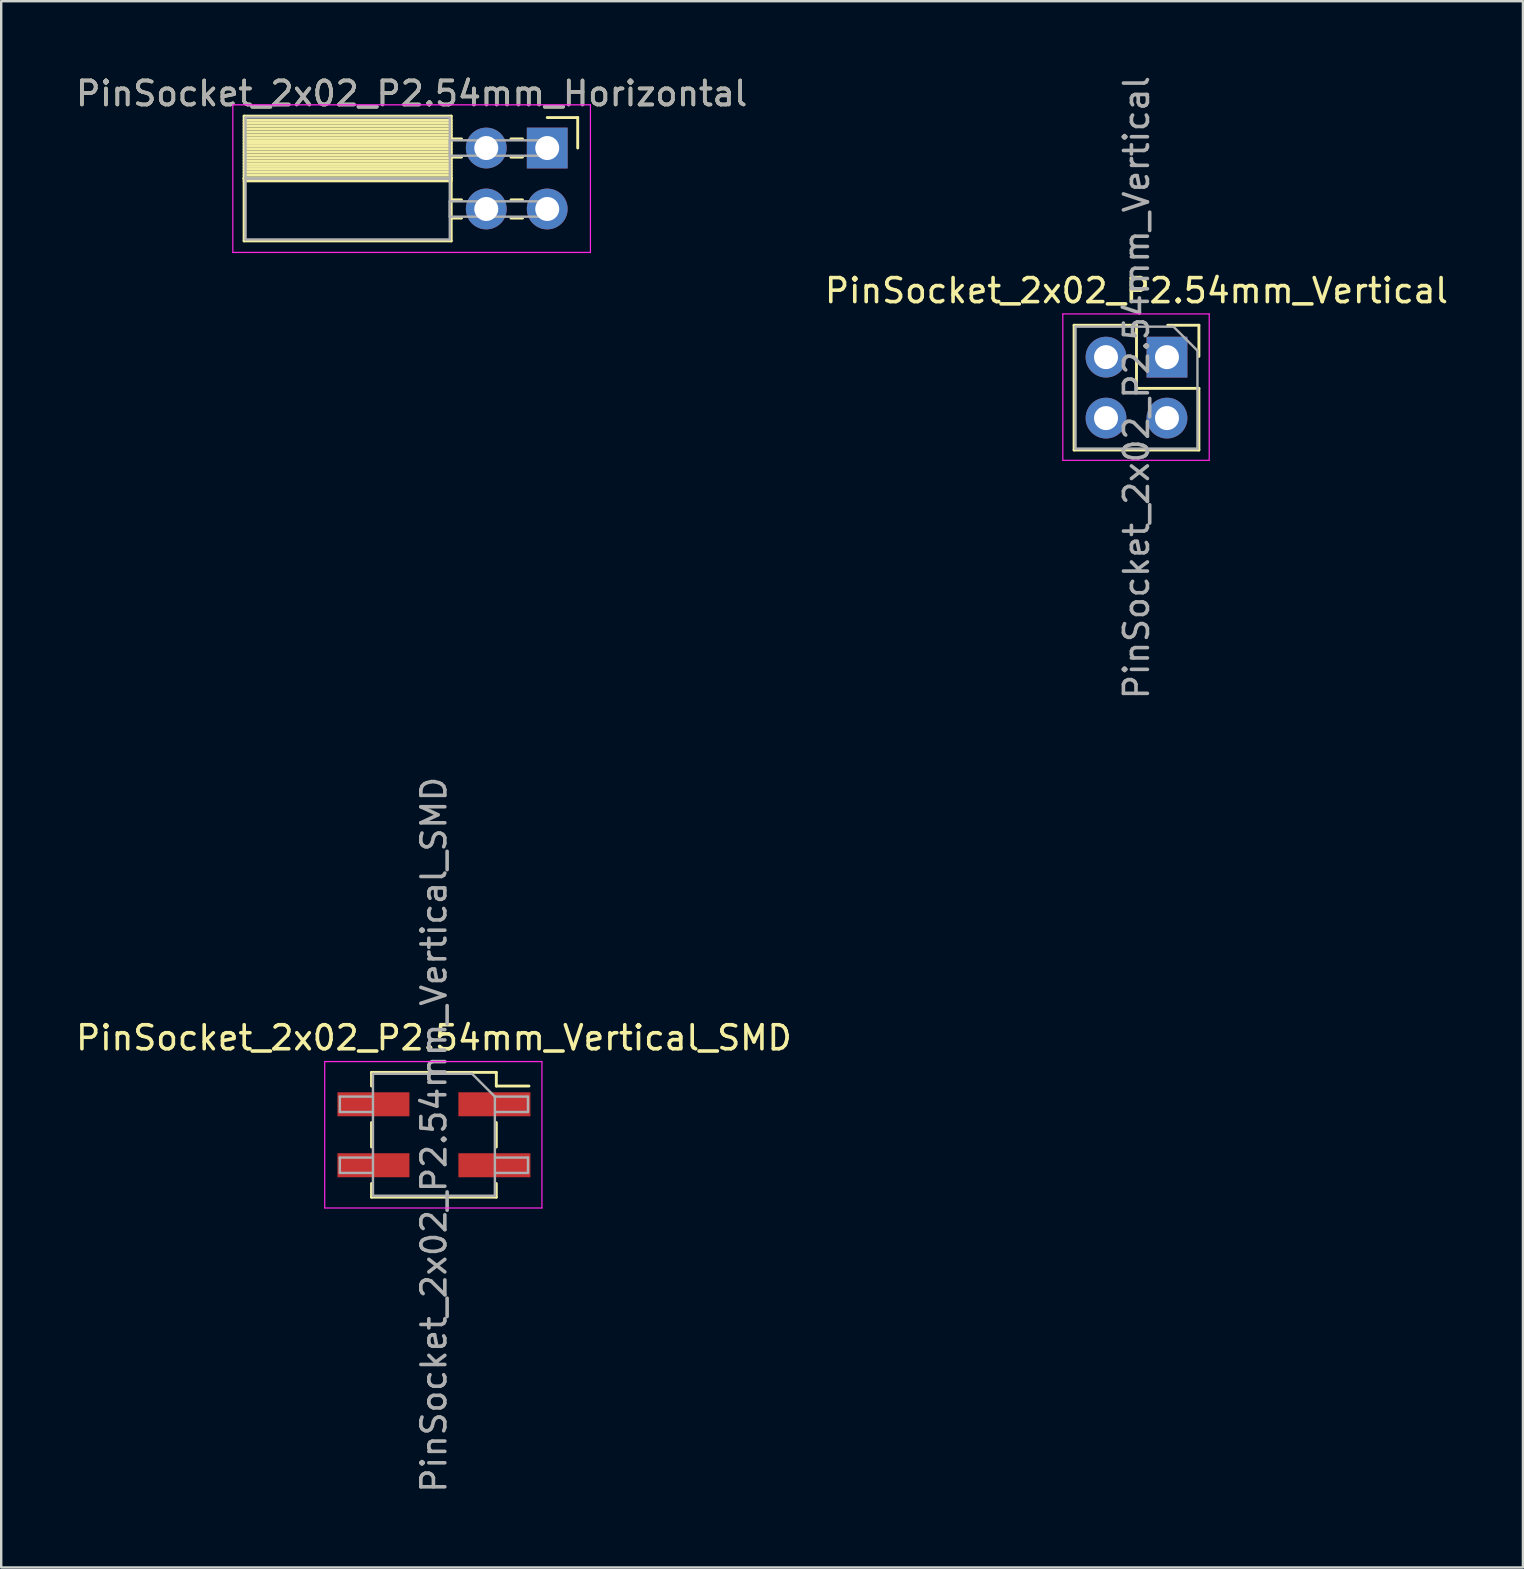
<source format=kicad_pcb>
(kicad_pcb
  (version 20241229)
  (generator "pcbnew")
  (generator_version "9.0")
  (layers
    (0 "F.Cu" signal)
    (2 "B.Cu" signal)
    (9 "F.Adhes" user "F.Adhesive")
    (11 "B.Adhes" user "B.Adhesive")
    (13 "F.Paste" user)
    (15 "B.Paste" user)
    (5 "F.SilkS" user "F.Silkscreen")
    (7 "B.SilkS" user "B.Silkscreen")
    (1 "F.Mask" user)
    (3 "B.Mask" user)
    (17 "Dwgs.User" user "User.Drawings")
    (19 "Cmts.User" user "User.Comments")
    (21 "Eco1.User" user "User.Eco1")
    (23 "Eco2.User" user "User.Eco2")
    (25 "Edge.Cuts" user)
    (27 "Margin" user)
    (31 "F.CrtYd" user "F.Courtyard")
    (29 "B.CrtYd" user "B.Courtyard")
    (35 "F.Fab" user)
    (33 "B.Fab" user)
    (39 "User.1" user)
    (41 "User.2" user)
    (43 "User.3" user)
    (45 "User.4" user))
  (footprint "PinSocket_2x02_P2.54mm_Vertical_SMD"
    (layer "F.Cu")
    (at 15.03 44.232)
    (property "Reference" "PinSocket_2x02_P2.54mm_Vertical_SMD" (at 0 -4.04 0) (layer "F.SilkS") (effects (font (size 1 1) (thickness 0.15))))
    (attr smd)
    (fp_line (start -2.6 -2.6) (end -2.6 -2.03) (stroke (width 0.12) (type solid)) (layer "F.SilkS"))
    (fp_line (start -2.6 -2.6) (end 2.6 -2.6) (stroke (width 0.12) (type solid)) (layer "F.SilkS"))
    (fp_line (start -2.6 -0.51) (end -2.6 0.51) (stroke (width 0.12) (type solid)) (layer "F.SilkS"))
    (fp_line (start -2.6 2.03) (end -2.6 2.6) (stroke (width 0.12) (type solid)) (layer "F.SilkS"))
    (fp_line (start -2.6 2.6) (end 2.6 2.6) (stroke (width 0.12) (type solid)) (layer "F.SilkS"))
    (fp_line (start 2.6 -2.6) (end 2.6 -2.03) (stroke (width 0.12) (type solid)) (layer "F.SilkS"))
    (fp_line (start 2.6 -2.03) (end 3.96 -2.03) (stroke (width 0.12) (type solid)) (layer "F.SilkS"))
    (fp_line (start 2.6 -0.51) (end 2.6 0.51) (stroke (width 0.12) (type solid)) (layer "F.SilkS"))
    (fp_line (start 2.6 2.03) (end 2.6 2.6) (stroke (width 0.12) (type solid)) (layer "F.SilkS"))
    (fp_line (start -4.55 -3.05) (end 4.5 -3.05) (stroke (width 0.05) (type solid)) (layer "F.CrtYd"))
    (fp_line (start -4.55 3.05) (end -4.55 -3.05) (stroke (width 0.05) (type solid)) (layer "F.CrtYd"))
    (fp_line (start 4.5 -3.05) (end 4.5 3.05) (stroke (width 0.05) (type solid)) (layer "F.CrtYd"))
    (fp_line (start 4.5 3.05) (end -4.55 3.05) (stroke (width 0.05) (type solid)) (layer "F.CrtYd"))
    (fp_line (start -3.92 -1.59) (end -2.54 -1.59) (stroke (width 0.1) (type solid)) (layer "F.Fab"))
    (fp_line (start -3.92 -0.95) (end -3.92 -1.59) (stroke (width 0.1) (type solid)) (layer "F.Fab"))
    (fp_line (start -3.92 0.95) (end -2.54 0.95) (stroke (width 0.1) (type solid)) (layer "F.Fab"))
    (fp_line (start -3.92 1.59) (end -3.92 0.95) (stroke (width 0.1) (type solid)) (layer "F.Fab"))
    (fp_line (start -2.54 -2.54) (end 1.59 -2.54) (stroke (width 0.1) (type solid)) (layer "F.Fab"))
    (fp_line (start -2.54 -0.95) (end -3.92 -0.95) (stroke (width 0.1) (type solid)) (layer "F.Fab"))
    (fp_line (start -2.54 1.59) (end -3.92 1.59) (stroke (width 0.1) (type solid)) (layer "F.Fab"))
    (fp_line (start -2.54 2.54) (end -2.54 -2.54) (stroke (width 0.1) (type solid)) (layer "F.Fab"))
    (fp_line (start 1.59 -2.54) (end 2.54 -1.59) (stroke (width 0.1) (type solid)) (layer "F.Fab"))
    (fp_line (start 2.54 -1.59) (end 2.54 2.54) (stroke (width 0.1) (type solid)) (layer "F.Fab"))
    (fp_line (start 2.54 -1.59) (end 3.92 -1.59) (stroke (width 0.1) (type solid)) (layer "F.Fab"))
    (fp_line (start 2.54 0.95) (end 3.92 0.95) (stroke (width 0.1) (type solid)) (layer "F.Fab"))
    (fp_line (start 2.54 2.54) (end -2.54 2.54) (stroke (width 0.1) (type solid)) (layer "F.Fab"))
    (fp_line (start 3.92 -1.59) (end 3.92 -0.95) (stroke (width 0.1) (type solid)) (layer "F.Fab"))
    (fp_line (start 3.92 -0.95) (end 2.54 -0.95) (stroke (width 0.1) (type solid)) (layer "F.Fab"))
    (fp_line (start 3.92 0.95) (end 3.92 1.59) (stroke (width 0.1) (type solid)) (layer "F.Fab"))
    (fp_line (start 3.92 1.59) (end 2.54 1.59) (stroke (width 0.1) (type solid)) (layer "F.Fab"))
    (fp_text user "${REFERENCE}" (at 0 0 90) (layer "F.Fab") (effects (font (size 1 1) (thickness 0.15))))
    (pad "1" smd rect (at 2.52 -1.27) (size 3 1) (layers "F.Cu" "F.Mask" "F.Paste"))
    (pad "2" smd rect (at -2.52 -1.27) (size 3 1) (layers "F.Cu" "F.Mask" "F.Paste"))
    (pad "3" smd rect (at 2.52 1.27) (size 3 1) (layers "F.Cu" "F.Mask" "F.Paste"))
    (pad "4" smd rect (at -2.52 1.27) (size 3 1) (layers "F.Cu" "F.Mask" "F.Paste")))
  (footprint "PinSocket_2x02_P2.54mm_Horizontal"
    (layer "F.Cu")
    (at 19.751 3.118)
    (property "Reference" "PinSocket_2x02_P2.54mm_Horizontal" (at -5.65 -2.27 0) (layer "F.SilkS") (effects (font (size 1 1) (thickness 0.15))))
    (attr through_hole)
    (fp_line (start -12.63 -1.33) (end -4 -1.33) (stroke (width 0.12) (type solid)) (layer "F.SilkS"))
    (fp_line (start -12.63 1.27) (end -12.63 -1.33) (stroke (width 0.12) (type solid)) (layer "F.SilkS"))
    (fp_line (start -12.63 1.27) (end -4 1.27) (stroke (width 0.12) (type solid)) (layer "F.SilkS"))
    (fp_line (start -12.63 3.87) (end -12.63 1.27) (stroke (width 0.12) (type solid)) (layer "F.SilkS"))
    (fp_line (start -4 -1.33) (end -4 1.27) (stroke (width 0.12) (type solid)) (layer "F.SilkS"))
    (fp_line (start -4 -1.15) (end -12.63 -1.15) (stroke (width 0.12) (type solid)) (layer "F.SilkS"))
    (fp_line (start -4 -1.03) (end -12.63 -1.03) (stroke (width 0.12) (type solid)) (layer "F.SilkS"))
    (fp_line (start -4 -0.91) (end -12.63 -0.91) (stroke (width 0.12) (type solid)) (layer "F.SilkS"))
    (fp_line (start -4 -0.79) (end -12.63 -0.79) (stroke (width 0.12) (type solid)) (layer "F.SilkS"))
    (fp_line (start -4 -0.67) (end -12.63 -0.67) (stroke (width 0.12) (type solid)) (layer "F.SilkS"))
    (fp_line (start -4 -0.55) (end -12.63 -0.55) (stroke (width 0.12) (type solid)) (layer "F.SilkS"))
    (fp_line (start -4 -0.43) (end -12.63 -0.43) (stroke (width 0.12) (type solid)) (layer "F.SilkS"))
    (fp_line (start -4 -0.31) (end -12.63 -0.31) (stroke (width 0.12) (type solid)) (layer "F.SilkS"))
    (fp_line (start -4 -0.19) (end -12.63 -0.19) (stroke (width 0.12) (type solid)) (layer "F.SilkS"))
    (fp_line (start -4 -0.07) (end -12.63 -0.07) (stroke (width 0.12) (type solid)) (layer "F.SilkS"))
    (fp_line (start -4 0.05) (end -12.63 0.05) (stroke (width 0.12) (type solid)) (layer "F.SilkS"))
    (fp_line (start -4 0.17) (end -12.63 0.17) (stroke (width 0.12) (type solid)) (layer "F.SilkS"))
    (fp_line (start -4 0.29) (end -12.63 0.29) (stroke (width 0.12) (type solid)) (layer "F.SilkS"))
    (fp_line (start -4 0.41) (end -12.63 0.41) (stroke (width 0.12) (type solid)) (layer "F.SilkS"))
    (fp_line (start -4 0.53) (end -12.63 0.53) (stroke (width 0.12) (type solid)) (layer "F.SilkS"))
    (fp_line (start -4 0.65) (end -12.63 0.65) (stroke (width 0.12) (type solid)) (layer "F.SilkS"))
    (fp_line (start -4 0.77) (end -12.63 0.77) (stroke (width 0.12) (type solid)) (layer "F.SilkS"))
    (fp_line (start -4 0.89) (end -12.63 0.89) (stroke (width 0.12) (type solid)) (layer "F.SilkS"))
    (fp_line (start -4 1.01) (end -12.63 1.01) (stroke (width 0.12) (type solid)) (layer "F.SilkS"))
    (fp_line (start -4 1.13) (end -12.63 1.13) (stroke (width 0.12) (type solid)) (layer "F.SilkS"))
    (fp_line (start -4 1.25) (end -12.63 1.25) (stroke (width 0.12) (type solid)) (layer "F.SilkS"))
    (fp_line (start -4 1.27) (end -12.63 1.27) (stroke (width 0.12) (type solid)) (layer "F.SilkS"))
    (fp_line (start -4 1.27) (end -4 3.87) (stroke (width 0.12) (type solid)) (layer "F.SilkS"))
    (fp_line (start -4 1.37) (end -12.63 1.37) (stroke (width 0.12) (type solid)) (layer "F.SilkS"))
    (fp_line (start -4 3.87) (end -12.63 3.87) (stroke (width 0.12) (type solid)) (layer "F.SilkS"))
    (fp_line (start -3.57 -0.38) (end -4 -0.38) (stroke (width 0.12) (type solid)) (layer "F.SilkS"))
    (fp_line (start -3.57 0.38) (end -4 0.38) (stroke (width 0.12) (type solid)) (layer "F.SilkS"))
    (fp_line (start -3.57 2.16) (end -4 2.16) (stroke (width 0.12) (type solid)) (layer "F.SilkS"))
    (fp_line (start -3.57 2.92) (end -4 2.92) (stroke (width 0.12) (type solid)) (layer "F.SilkS"))
    (fp_line (start -1.03 -0.38) (end -1.51 -0.38) (stroke (width 0.12) (type solid)) (layer "F.SilkS"))
    (fp_line (start -1.03 0.38) (end -1.51 0.38) (stroke (width 0.12) (type solid)) (layer "F.SilkS"))
    (fp_line (start -1.03 2.16) (end -1.51 2.16) (stroke (width 0.12) (type solid)) (layer "F.SilkS"))
    (fp_line (start -1.03 2.92) (end -1.51 2.92) (stroke (width 0.12) (type solid)) (layer "F.SilkS"))
    (fp_line (start 0 -1.27) (end 1.27 -1.27) (stroke (width 0.12) (type solid)) (layer "F.SilkS"))
    (fp_line (start 1.27 -1.27) (end 1.27 0) (stroke (width 0.12) (type solid)) (layer "F.SilkS"))
    (fp_line (start -13.1 -1.8) (end 1.8 -1.8) (stroke (width 0.05) (type solid)) (layer "F.CrtYd"))
    (fp_line (start -13.1 4.35) (end -13.1 -1.8) (stroke (width 0.05) (type solid)) (layer "F.CrtYd"))
    (fp_line (start 1.8 -1.8) (end 1.8 4.35) (stroke (width 0.05) (type solid)) (layer "F.CrtYd"))
    (fp_line (start 1.8 4.35) (end -13.1 4.35) (stroke (width 0.05) (type solid)) (layer "F.CrtYd"))
    (fp_line (start -12.57 -1.27) (end -4.06 -1.27) (stroke (width 0.1) (type solid)) (layer "F.Fab"))
    (fp_line (start -12.57 1.27) (end -12.57 -1.27) (stroke (width 0.1) (type solid)) (layer "F.Fab"))
    (fp_line (start -12.57 1.27) (end -4.06 1.27) (stroke (width 0.1) (type solid)) (layer "F.Fab"))
    (fp_line (start -12.57 3.81) (end -12.57 1.27) (stroke (width 0.1) (type solid)) (layer "F.Fab"))
    (fp_line (start -4.06 -1.27) (end -4.06 1.27) (stroke (width 0.1) (type solid)) (layer "F.Fab"))
    (fp_line (start -4.06 -0.32) (end 0 -0.32) (stroke (width 0.1) (type solid)) (layer "F.Fab"))
    (fp_line (start -4.06 0.32) (end -4.06 -0.32) (stroke (width 0.1) (type solid)) (layer "F.Fab"))
    (fp_line (start -4.06 1.27) (end -12.57 1.27) (stroke (width 0.1) (type solid)) (layer "F.Fab"))
    (fp_line (start -4.06 1.27) (end -4.06 3.81) (stroke (width 0.1) (type solid)) (layer "F.Fab"))
    (fp_line (start -4.06 2.22) (end 0 2.22) (stroke (width 0.1) (type solid)) (layer "F.Fab"))
    (fp_line (start -4.06 2.86) (end -4.06 2.22) (stroke (width 0.1) (type solid)) (layer "F.Fab"))
    (fp_line (start -4.06 3.81) (end -12.57 3.81) (stroke (width 0.1) (type solid)) (layer "F.Fab"))
    (fp_line (start 0 -0.32) (end 0 0.32) (stroke (width 0.1) (type solid)) (layer "F.Fab"))
    (fp_line (start 0 0.32) (end -4.06 0.32) (stroke (width 0.1) (type solid)) (layer "F.Fab"))
    (fp_line (start 0 2.22) (end 0 2.86) (stroke (width 0.1) (type solid)) (layer "F.Fab"))
    (fp_line (start 0 2.86) (end -4.06 2.86) (stroke (width 0.1) (type solid)) (layer "F.Fab"))
    (fp_text user "${REFERENCE}" (at -5.65 -2.27 0) (layer "F.Fab") (effects (font (size 1 1) (thickness 0.15))))
    (pad "1" thru_hole rect (at 0 0) (size 1.7 1.7) (drill 1) (layers "*.Cu" "*.Mask"))
    (pad "2" thru_hole oval (at -2.54 0) (size 1.7 1.7) (drill 1) (layers "*.Cu" "*.Mask"))
    (pad "3" thru_hole oval (at 0 2.54) (size 1.7 1.7) (drill 1) (layers "*.Cu" "*.Mask"))
    (pad "4" thru_hole oval (at -2.54 2.54) (size 1.7 1.7) (drill 1) (layers "*.Cu" "*.Mask")))
  (footprint "PinSocket_2x02_P2.54mm_Vertical"
    (layer "F.Cu")
    (at 45.574 11.831)
    (property "Reference" "PinSocket_2x02_P2.54mm_Vertical" (at -1.27 -2.77 0) (layer "F.SilkS") (effects (font (size 1 1) (thickness 0.15))))
    (attr through_hole)
    (fp_line (start -3.87 -1.33) (end -3.87 3.87) (stroke (width 0.12) (type solid)) (layer "F.SilkS"))
    (fp_line (start -3.87 3.87) (end 1.33 3.87) (stroke (width 0.12) (type solid)) (layer "F.SilkS"))
    (fp_line (start -1.27 -1.33) (end -3.87 -1.33) (stroke (width 0.12) (type solid)) (layer "F.SilkS"))
    (fp_line (start -1.27 1.3) (end -1.27 -1.33) (stroke (width 0.12) (type solid)) (layer "F.SilkS"))
    (fp_line (start 1.33 -1.33) (end 0.03 -1.33) (stroke (width 0.12) (type solid)) (layer "F.SilkS"))
    (fp_line (start 1.33 -0.03) (end 1.33 -1.33) (stroke (width 0.12) (type solid)) (layer "F.SilkS"))
    (fp_line (start 1.33 1.3) (end -1.27 1.3) (stroke (width 0.12) (type solid)) (layer "F.SilkS"))
    (fp_line (start 1.33 3.87) (end 1.33 1.3) (stroke (width 0.12) (type solid)) (layer "F.SilkS"))
    (fp_line (start -4.34 -1.8) (end 1.76 -1.8) (stroke (width 0.05) (type solid)) (layer "F.CrtYd"))
    (fp_line (start -4.34 4.3) (end -4.34 -1.8) (stroke (width 0.05) (type solid)) (layer "F.CrtYd"))
    (fp_line (start 1.76 -1.8) (end 1.76 4.3) (stroke (width 0.05) (type solid)) (layer "F.CrtYd"))
    (fp_line (start 1.76 4.3) (end -4.34 4.3) (stroke (width 0.05) (type solid)) (layer "F.CrtYd"))
    (fp_line (start -3.81 -1.27) (end 0.27 -1.27) (stroke (width 0.1) (type solid)) (layer "F.Fab"))
    (fp_line (start -3.81 3.81) (end -3.81 -1.27) (stroke (width 0.1) (type solid)) (layer "F.Fab"))
    (fp_line (start 0.27 -1.27) (end 1.27 -0.27) (stroke (width 0.1) (type solid)) (layer "F.Fab"))
    (fp_line (start 1.27 -0.27) (end 1.27 3.81) (stroke (width 0.1) (type solid)) (layer "F.Fab"))
    (fp_line (start 1.27 3.81) (end -3.81 3.81) (stroke (width 0.1) (type solid)) (layer "F.Fab"))
    (fp_text user "${REFERENCE}" (at -1.27 1.27 90) (layer "F.Fab") (effects (font (size 1 1) (thickness 0.15))))
    (pad "1" thru_hole rect (at 0 0) (size 1.7 1.7) (drill 1) (layers "*.Cu" "*.Mask"))
    (pad "2" thru_hole oval (at -2.54 0) (size 1.7 1.7) (drill 1) (layers "*.Cu" "*.Mask"))
    (pad "3" thru_hole oval (at 0 2.54) (size 1.7 1.7) (drill 1) (layers "*.Cu" "*.Mask"))
    (pad "4" thru_hole oval (at -2.54 2.54) (size 1.7 1.7) (drill 1) (layers "*.Cu" "*.Mask")))
  (gr_rect
    (start -3 -3)
    (end 60.405 62.262)
    (stroke (width 0.1) (type default))
    (fill no)
    (layer "Edge.Cuts")))
</source>
